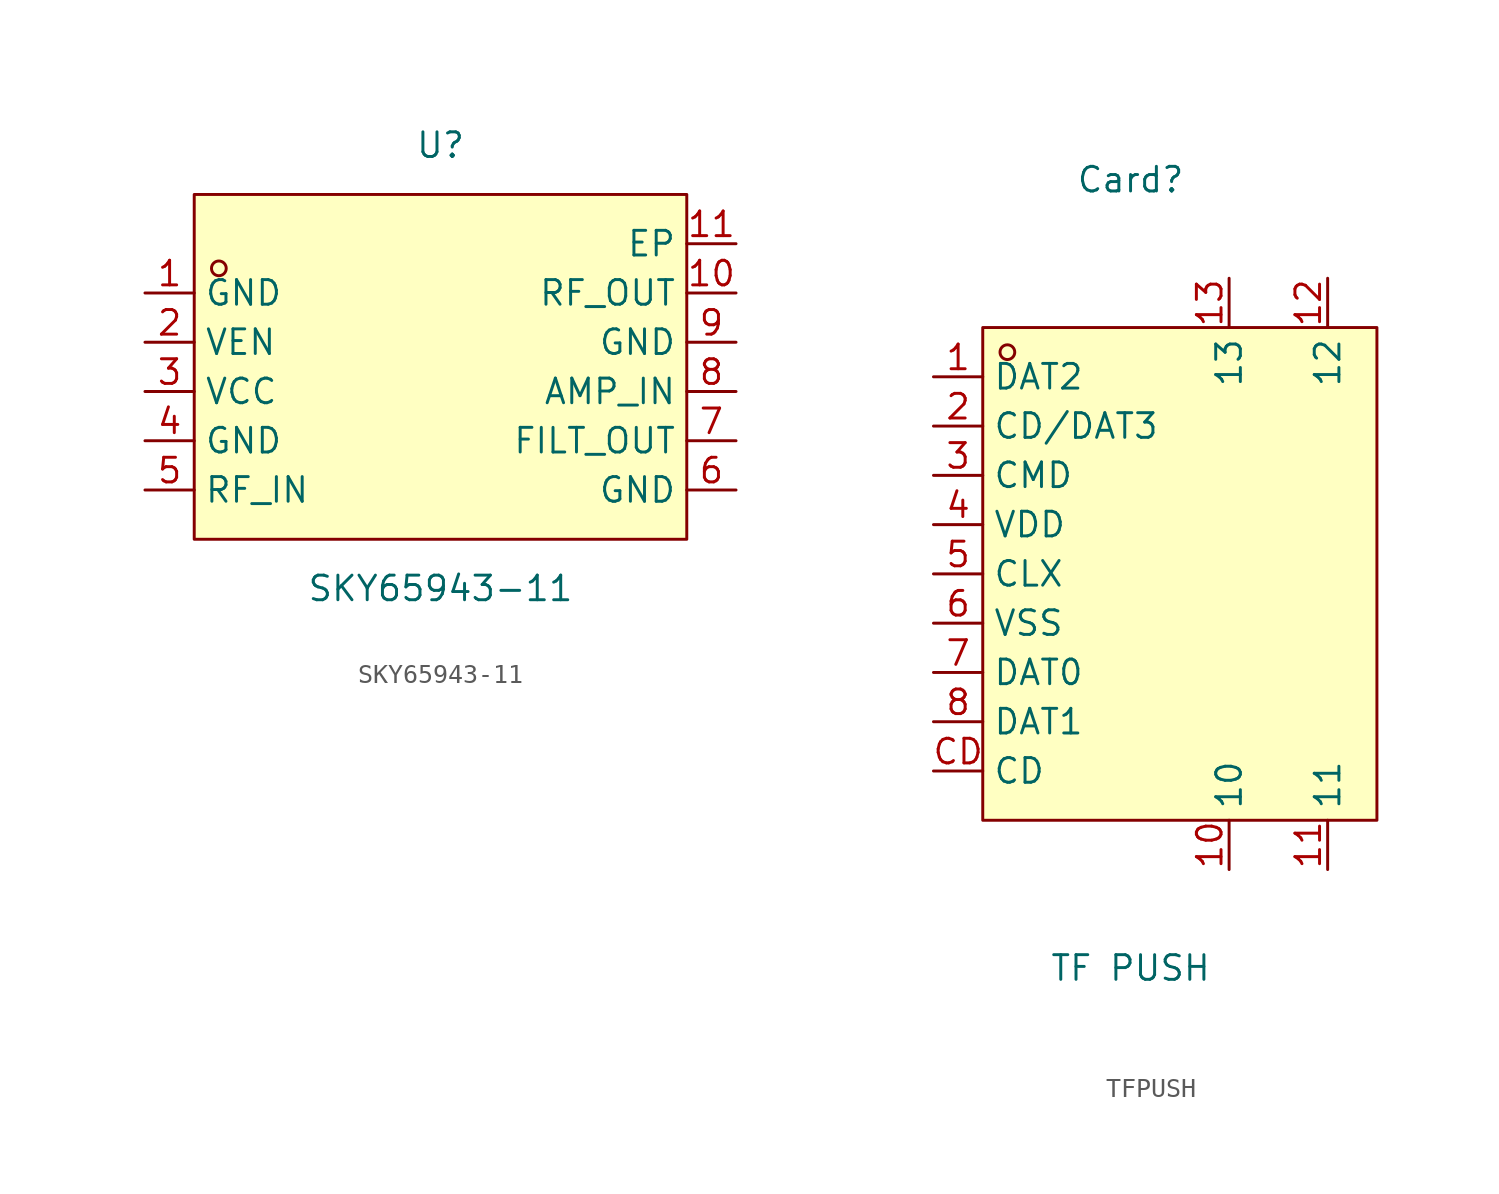
<source format=kicad_sym>
(kicad_symbol_lib
  (version 20231120)
  (generator "kicad_symbol_editor")
  (generator_version "8.0")
  (symbol "SKY65943-11"
    (property "Reference" "U"
      (at 0 11.43 0)
      (effects (font (size 1.27 1.27))))
    (property "Value" "SKY65943-11"
      (at 0 -11.43 0)
      (effects (font (size 1.27 1.27))))
    (symbol "SKY65943-11_0_1"
      (rectangle (start -12.70 8.89) (end 12.70 -8.89) (stroke (width 0) (type default) (color 0 0 0 0)) (fill (type background)))
      (circle (center -11.43 5.08) (radius 0.38) (stroke (width 0) (type default) (color 0 0 0 0)) (fill (type none)))
      (pin unspecified line (at -15.24 3.81 0) (length 2.54) (name "GND" (effects (font (size 1.27 1.27)))) (number "1" (effects (font (size 1.27 1.27)))))
      (pin unspecified line (at -15.24 1.27 0) (length 2.54) (name "VEN" (effects (font (size 1.27 1.27)))) (number "2" (effects (font (size 1.27 1.27)))))
      (pin unspecified line (at -15.24 -1.27 0) (length 2.54) (name "VCC" (effects (font (size 1.27 1.27)))) (number "3" (effects (font (size 1.27 1.27)))))
      (pin unspecified line (at -15.24 -3.81 0) (length 2.54) (name "GND" (effects (font (size 1.27 1.27)))) (number "4" (effects (font (size 1.27 1.27)))))
      (pin unspecified line (at -15.24 -6.35 0) (length 2.54) (name "RF_IN" (effects (font (size 1.27 1.27)))) (number "5" (effects (font (size 1.27 1.27)))))
      (pin unspecified line (at 15.24 -6.35 180) (length 2.54) (name "GND" (effects (font (size 1.27 1.27)))) (number "6" (effects (font (size 1.27 1.27)))))
      (pin unspecified line (at 15.24 -3.81 180) (length 2.54) (name "FILT_OUT" (effects (font (size 1.27 1.27)))) (number "7" (effects (font (size 1.27 1.27)))))
      (pin unspecified line (at 15.24 -1.27 180) (length 2.54) (name "AMP_IN" (effects (font (size 1.27 1.27)))) (number "8" (effects (font (size 1.27 1.27)))))
      (pin unspecified line (at 15.24 1.27 180) (length 2.54) (name "GND" (effects (font (size 1.27 1.27)))) (number "9" (effects (font (size 1.27 1.27)))))
      (pin unspecified line (at 15.24 3.81 180) (length 2.54) (name "RF_OUT" (effects (font (size 1.27 1.27)))) (number "10" (effects (font (size 1.27 1.27)))))
      (pin unspecified line (at 15.24 6.35 180) (length 2.54) (name "EP" (effects (font (size 1.27 1.27)))) (number "11" (effects (font (size 1.27 1.27)))))))
  (symbol "TFPUSH"
    (property "Reference" "Card"
      (at 0 20.32 0)
      (effects (font (size 1.27 1.27))))
    (property "Value" "TF PUSH"
      (at 0 -20.32 0)
      (effects (font (size 1.27 1.27))))
    (symbol "TFPUSH_0_1"
      (rectangle (start -7.62 12.7) (end 12.7 -12.7) (stroke (width 0) (type default)) (fill (type background)))
      (circle (center -6.35 11.43) (radius 0.38) (stroke (width 0) (type default)) (fill (type none)))
      (pin unspecified line (at -10.16 10.16 0) (length 2.54) (name "DAT2" (effects (font (size 1.27 1.27)))) (number "1" (effects (font (size 1.27 1.27)))))
      (pin unspecified line (at 5.08 -15.24 90) (length 2.54) (name "10" (effects (font (size 1.27 1.27)))) (number "10" (effects (font (size 1.27 1.27)))))
      (pin unspecified line (at 10.16 -15.24 90) (length 2.54) (name "11" (effects (font (size 1.27 1.27)))) (number "11" (effects (font (size 1.27 1.27)))))
      (pin unspecified line (at 10.16 15.24 270) (length 2.54) (name "12" (effects (font (size 1.27 1.27)))) (number "12" (effects (font (size 1.27 1.27)))))
      (pin unspecified line (at 5.08 15.24 270) (length 2.54) (name "13" (effects (font (size 1.27 1.27)))) (number "13" (effects (font (size 1.27 1.27)))))
      (pin unspecified line (at -10.16 7.62 0) (length 2.54) (name "CD/DAT3" (effects (font (size 1.27 1.27)))) (number "2" (effects (font (size 1.27 1.27)))))
      (pin unspecified line (at -10.16 5.08 0) (length 2.54) (name "CMD" (effects (font (size 1.27 1.27)))) (number "3" (effects (font (size 1.27 1.27)))))
      (pin unspecified line (at -10.16 2.54 0) (length 2.54) (name "VDD" (effects (font (size 1.27 1.27)))) (number "4" (effects (font (size 1.27 1.27)))))
      (pin unspecified line (at -10.16 0 0) (length 2.54) (name "CLX" (effects (font (size 1.27 1.27)))) (number "5" (effects (font (size 1.27 1.27)))))
      (pin unspecified line (at -10.16 -2.54 0) (length 2.54) (name "VSS" (effects (font (size 1.27 1.27)))) (number "6" (effects (font (size 1.27 1.27)))))
      (pin unspecified line (at -10.16 -5.08 0) (length 2.54) (name "DAT0" (effects (font (size 1.27 1.27)))) (number "7" (effects (font (size 1.27 1.27)))))
      (pin unspecified line (at -10.16 -7.62 0) (length 2.54) (name "DAT1" (effects (font (size 1.27 1.27)))) (number "8" (effects (font (size 1.27 1.27))))))
    (symbol "TFPUSH_1_1"
      (pin unspecified line (at -10.16 -10.16 0) (length 2.54) (name "CD" (effects (font (size 1.27 1.27)))) (number "CD" (effects (font (size 1.27 1.27))))))))
</source>
